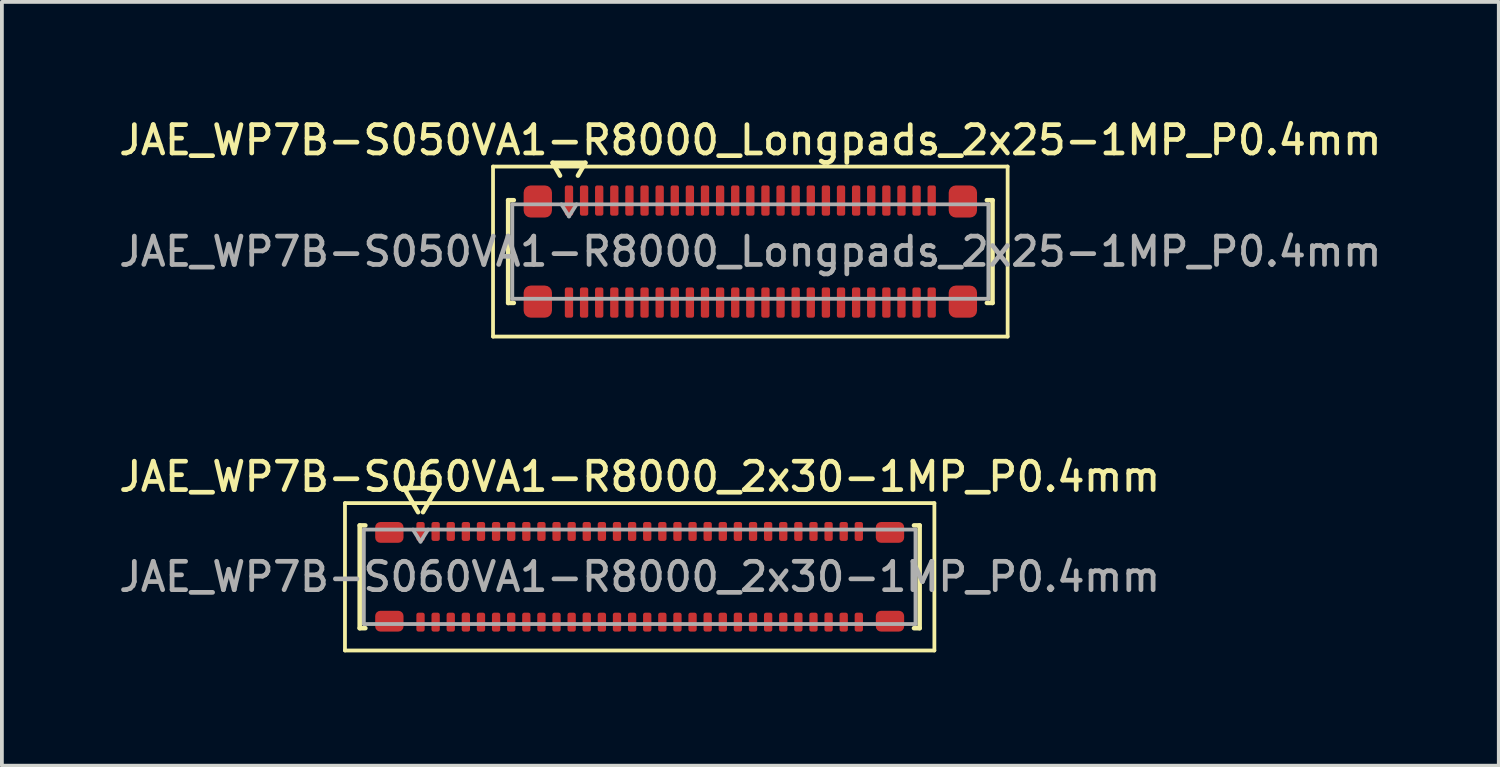
<source format=kicad_pcb>
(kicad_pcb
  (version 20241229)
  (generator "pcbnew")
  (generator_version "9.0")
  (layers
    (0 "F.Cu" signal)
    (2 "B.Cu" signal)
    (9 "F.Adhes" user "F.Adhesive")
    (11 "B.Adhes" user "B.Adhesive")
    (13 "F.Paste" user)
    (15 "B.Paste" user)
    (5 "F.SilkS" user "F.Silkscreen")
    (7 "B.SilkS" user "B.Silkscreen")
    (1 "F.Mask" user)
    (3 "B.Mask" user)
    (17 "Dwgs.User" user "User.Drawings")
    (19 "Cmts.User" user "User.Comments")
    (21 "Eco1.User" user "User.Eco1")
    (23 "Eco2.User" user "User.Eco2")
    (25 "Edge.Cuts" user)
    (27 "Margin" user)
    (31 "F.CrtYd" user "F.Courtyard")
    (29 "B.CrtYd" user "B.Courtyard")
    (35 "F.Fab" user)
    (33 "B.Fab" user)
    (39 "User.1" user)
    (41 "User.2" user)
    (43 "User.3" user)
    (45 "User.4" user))
  (footprint "JAE_WP7B-S060VA1-R8000_2x30-1MP_P0.4mm"
    (layer "F.Cu")
    (at 13.88 12.216)
    (property "Reference" "JAE_WP7B-S060VA1-R8000_2x30-1MP_P0.4mm" (at 0 -2.65 0) (layer "F.SilkS") (effects (font (size 0.75 0.75) (thickness 0.125))))
    (attr smd)
    (fp_line (start -7.8 -1.95) (end -7.8 1.95) (stroke (width 0.1) (type solid)) (layer "F.SilkS"))
    (fp_line (start -7.8 1.95) (end 7.8 1.95) (stroke (width 0.1) (type solid)) (layer "F.SilkS"))
    (fp_line (start -7.41 -1.36) (end -7.26 -1.36) (stroke (width 0.12) (type solid)) (layer "F.SilkS"))
    (fp_line (start -7.41 1.36) (end -7.41 -1.36) (stroke (width 0.12) (type solid)) (layer "F.SilkS"))
    (fp_line (start -7.26 1.36) (end -7.41 1.36) (stroke (width 0.12) (type solid)) (layer "F.SilkS"))
    (fp_line (start -6.233 -2.35) (end -5.864 -1.71) (stroke (width 0.12) (type solid)) (layer "F.SilkS"))
    (fp_line (start -5.736 -1.71) (end -5.367 -2.35) (stroke (width 0.12) (type solid)) (layer "F.SilkS"))
    (fp_line (start -5.367 -2.35) (end -6.233 -2.35) (stroke (width 0.12) (type solid)) (layer "F.SilkS"))
    (fp_line (start 7.26 -1.36) (end 7.41 -1.36) (stroke (width 0.12) (type solid)) (layer "F.SilkS"))
    (fp_line (start 7.41 -1.36) (end 7.41 1.36) (stroke (width 0.12) (type solid)) (layer "F.SilkS"))
    (fp_line (start 7.41 1.36) (end 7.26 1.36) (stroke (width 0.12) (type solid)) (layer "F.SilkS"))
    (fp_line (start 7.8 -1.95) (end -7.8 -1.95) (stroke (width 0.1) (type solid)) (layer "F.SilkS"))
    (fp_line (start 7.8 1.95) (end 7.8 -1.95) (stroke (width 0.1) (type solid)) (layer "F.SilkS"))
    (fp_line (start -7.3 -1.25) (end 7.3 -1.25) (stroke (width 0.1) (type solid)) (layer "F.Fab"))
    (fp_line (start -7.3 1.25) (end -7.3 -1.25) (stroke (width 0.1) (type solid)) (layer "F.Fab"))
    (fp_line (start -6 -1.25) (end -5.8 -0.93) (stroke (width 0.1) (type solid)) (layer "F.Fab"))
    (fp_line (start -5.8 -0.93) (end -5.6 -1.25) (stroke (width 0.1) (type solid)) (layer "F.Fab"))
    (fp_line (start 7.3 -1.25) (end 7.3 1.25) (stroke (width 0.1) (type solid)) (layer "F.Fab"))
    (fp_line (start 7.3 1.25) (end -7.3 1.25) (stroke (width 0.1) (type solid)) (layer "F.Fab"))
    (fp_text user "${REFERENCE}" (at 0 0 0) (layer "F.Fab") (effects (font (size 0.75 0.75) (thickness 0.125))))
    (pad "1" smd roundrect (at -5.8 -1.2) (size 0.22 0.5) (layers "F.Cu" "F.Mask" "F.Paste") (roundrect_rratio 0.25))
    (pad "2" smd roundrect (at -5.8 1.2) (size 0.22 0.5) (layers "F.Cu" "F.Mask" "F.Paste") (roundrect_rratio 0.25))
    (pad "3" smd roundrect (at -5.4 -1.2) (size 0.22 0.5) (layers "F.Cu" "F.Mask" "F.Paste") (roundrect_rratio 0.25))
    (pad "4" smd roundrect (at -5.4 1.2) (size 0.22 0.5) (layers "F.Cu" "F.Mask" "F.Paste") (roundrect_rratio 0.25))
    (pad "5" smd roundrect (at -5 -1.2) (size 0.22 0.5) (layers "F.Cu" "F.Mask" "F.Paste") (roundrect_rratio 0.25))
    (pad "6" smd roundrect (at -5 1.2) (size 0.22 0.5) (layers "F.Cu" "F.Mask" "F.Paste") (roundrect_rratio 0.25))
    (pad "7" smd roundrect (at -4.6 -1.2) (size 0.22 0.5) (layers "F.Cu" "F.Mask" "F.Paste") (roundrect_rratio 0.25))
    (pad "8" smd roundrect (at -4.6 1.2) (size 0.22 0.5) (layers "F.Cu" "F.Mask" "F.Paste") (roundrect_rratio 0.25))
    (pad "9" smd roundrect (at -4.2 -1.2) (size 0.22 0.5) (layers "F.Cu" "F.Mask" "F.Paste") (roundrect_rratio 0.25))
    (pad "10" smd roundrect (at -4.2 1.2) (size 0.22 0.5) (layers "F.Cu" "F.Mask" "F.Paste") (roundrect_rratio 0.25))
    (pad "11" smd roundrect (at -3.8 -1.2) (size 0.22 0.5) (layers "F.Cu" "F.Mask" "F.Paste") (roundrect_rratio 0.25))
    (pad "12" smd roundrect (at -3.8 1.2) (size 0.22 0.5) (layers "F.Cu" "F.Mask" "F.Paste") (roundrect_rratio 0.25))
    (pad "13" smd roundrect (at -3.4 -1.2) (size 0.22 0.5) (layers "F.Cu" "F.Mask" "F.Paste") (roundrect_rratio 0.25))
    (pad "14" smd roundrect (at -3.4 1.2) (size 0.22 0.5) (layers "F.Cu" "F.Mask" "F.Paste") (roundrect_rratio 0.25))
    (pad "15" smd roundrect (at -3 -1.2) (size 0.22 0.5) (layers "F.Cu" "F.Mask" "F.Paste") (roundrect_rratio 0.25))
    (pad "16" smd roundrect (at -3 1.2) (size 0.22 0.5) (layers "F.Cu" "F.Mask" "F.Paste") (roundrect_rratio 0.25))
    (pad "17" smd roundrect (at -2.6 -1.2) (size 0.22 0.5) (layers "F.Cu" "F.Mask" "F.Paste") (roundrect_rratio 0.25))
    (pad "18" smd roundrect (at -2.6 1.2) (size 0.22 0.5) (layers "F.Cu" "F.Mask" "F.Paste") (roundrect_rratio 0.25))
    (pad "19" smd roundrect (at -2.2 -1.2) (size 0.22 0.5) (layers "F.Cu" "F.Mask" "F.Paste") (roundrect_rratio 0.25))
    (pad "20" smd roundrect (at -2.2 1.2) (size 0.22 0.5) (layers "F.Cu" "F.Mask" "F.Paste") (roundrect_rratio 0.25))
    (pad "21" smd roundrect (at -1.8 -1.2) (size 0.22 0.5) (layers "F.Cu" "F.Mask" "F.Paste") (roundrect_rratio 0.25))
    (pad "22" smd roundrect (at -1.8 1.2) (size 0.22 0.5) (layers "F.Cu" "F.Mask" "F.Paste") (roundrect_rratio 0.25))
    (pad "23" smd roundrect (at -1.4 -1.2) (size 0.22 0.5) (layers "F.Cu" "F.Mask" "F.Paste") (roundrect_rratio 0.25))
    (pad "24" smd roundrect (at -1.4 1.2) (size 0.22 0.5) (layers "F.Cu" "F.Mask" "F.Paste") (roundrect_rratio 0.25))
    (pad "25" smd roundrect (at -1 -1.2) (size 0.22 0.5) (layers "F.Cu" "F.Mask" "F.Paste") (roundrect_rratio 0.25))
    (pad "26" smd roundrect (at -1 1.2) (size 0.22 0.5) (layers "F.Cu" "F.Mask" "F.Paste") (roundrect_rratio 0.25))
    (pad "27" smd roundrect (at -0.6 -1.2) (size 0.22 0.5) (layers "F.Cu" "F.Mask" "F.Paste") (roundrect_rratio 0.25))
    (pad "28" smd roundrect (at -0.6 1.2) (size 0.22 0.5) (layers "F.Cu" "F.Mask" "F.Paste") (roundrect_rratio 0.25))
    (pad "29" smd roundrect (at -0.2 -1.2) (size 0.22 0.5) (layers "F.Cu" "F.Mask" "F.Paste") (roundrect_rratio 0.25))
    (pad "30" smd roundrect (at -0.2 1.2) (size 0.22 0.5) (layers "F.Cu" "F.Mask" "F.Paste") (roundrect_rratio 0.25))
    (pad "31" smd roundrect (at 0.2 -1.2) (size 0.22 0.5) (layers "F.Cu" "F.Mask" "F.Paste") (roundrect_rratio 0.25))
    (pad "32" smd roundrect (at 0.2 1.2) (size 0.22 0.5) (layers "F.Cu" "F.Mask" "F.Paste") (roundrect_rratio 0.25))
    (pad "33" smd roundrect (at 0.6 -1.2) (size 0.22 0.5) (layers "F.Cu" "F.Mask" "F.Paste") (roundrect_rratio 0.25))
    (pad "34" smd roundrect (at 0.6 1.2) (size 0.22 0.5) (layers "F.Cu" "F.Mask" "F.Paste") (roundrect_rratio 0.25))
    (pad "35" smd roundrect (at 1 -1.2) (size 0.22 0.5) (layers "F.Cu" "F.Mask" "F.Paste") (roundrect_rratio 0.25))
    (pad "36" smd roundrect (at 1 1.2) (size 0.22 0.5) (layers "F.Cu" "F.Mask" "F.Paste") (roundrect_rratio 0.25))
    (pad "37" smd roundrect (at 1.4 -1.2) (size 0.22 0.5) (layers "F.Cu" "F.Mask" "F.Paste") (roundrect_rratio 0.25))
    (pad "38" smd roundrect (at 1.4 1.2) (size 0.22 0.5) (layers "F.Cu" "F.Mask" "F.Paste") (roundrect_rratio 0.25))
    (pad "39" smd roundrect (at 1.8 -1.2) (size 0.22 0.5) (layers "F.Cu" "F.Mask" "F.Paste") (roundrect_rratio 0.25))
    (pad "40" smd roundrect (at 1.8 1.2) (size 0.22 0.5) (layers "F.Cu" "F.Mask" "F.Paste") (roundrect_rratio 0.25))
    (pad "41" smd roundrect (at 2.2 -1.2) (size 0.22 0.5) (layers "F.Cu" "F.Mask" "F.Paste") (roundrect_rratio 0.25))
    (pad "42" smd roundrect (at 2.2 1.2) (size 0.22 0.5) (layers "F.Cu" "F.Mask" "F.Paste") (roundrect_rratio 0.25))
    (pad "43" smd roundrect (at 2.6 -1.2) (size 0.22 0.5) (layers "F.Cu" "F.Mask" "F.Paste") (roundrect_rratio 0.25))
    (pad "44" smd roundrect (at 2.6 1.2) (size 0.22 0.5) (layers "F.Cu" "F.Mask" "F.Paste") (roundrect_rratio 0.25))
    (pad "45" smd roundrect (at 3 -1.2) (size 0.22 0.5) (layers "F.Cu" "F.Mask" "F.Paste") (roundrect_rratio 0.25))
    (pad "46" smd roundrect (at 3 1.2) (size 0.22 0.5) (layers "F.Cu" "F.Mask" "F.Paste") (roundrect_rratio 0.25))
    (pad "47" smd roundrect (at 3.4 -1.2) (size 0.22 0.5) (layers "F.Cu" "F.Mask" "F.Paste") (roundrect_rratio 0.25))
    (pad "48" smd roundrect (at 3.4 1.2) (size 0.22 0.5) (layers "F.Cu" "F.Mask" "F.Paste") (roundrect_rratio 0.25))
    (pad "49" smd roundrect (at 3.8 -1.2) (size 0.22 0.5) (layers "F.Cu" "F.Mask" "F.Paste") (roundrect_rratio 0.25))
    (pad "50" smd roundrect (at 3.8 1.2) (size 0.22 0.5) (layers "F.Cu" "F.Mask" "F.Paste") (roundrect_rratio 0.25))
    (pad "51" smd roundrect (at 4.2 -1.2) (size 0.22 0.5) (layers "F.Cu" "F.Mask" "F.Paste") (roundrect_rratio 0.25))
    (pad "52" smd roundrect (at 4.2 1.2) (size 0.22 0.5) (layers "F.Cu" "F.Mask" "F.Paste") (roundrect_rratio 0.25))
    (pad "53" smd roundrect (at 4.6 -1.2) (size 0.22 0.5) (layers "F.Cu" "F.Mask" "F.Paste") (roundrect_rratio 0.25))
    (pad "54" smd roundrect (at 4.6 1.2) (size 0.22 0.5) (layers "F.Cu" "F.Mask" "F.Paste") (roundrect_rratio 0.25))
    (pad "55" smd roundrect (at 5 -1.2) (size 0.22 0.5) (layers "F.Cu" "F.Mask" "F.Paste") (roundrect_rratio 0.25))
    (pad "56" smd roundrect (at 5 1.2) (size 0.22 0.5) (layers "F.Cu" "F.Mask" "F.Paste") (roundrect_rratio 0.25))
    (pad "57" smd roundrect (at 5.4 -1.2) (size 0.22 0.5) (layers "F.Cu" "F.Mask" "F.Paste") (roundrect_rratio 0.25))
    (pad "58" smd roundrect (at 5.4 1.2) (size 0.22 0.5) (layers "F.Cu" "F.Mask" "F.Paste") (roundrect_rratio 0.25))
    (pad "59" smd roundrect (at 5.8 -1.2) (size 0.22 0.5) (layers "F.Cu" "F.Mask" "F.Paste") (roundrect_rratio 0.25))
    (pad "60" smd roundrect (at 5.8 1.2) (size 0.22 0.5) (layers "F.Cu" "F.Mask" "F.Paste") (roundrect_rratio 0.25))
    (pad "MP" smd roundrect (at -6.625 -1.175) (size 0.75 0.55) (layers "F.Cu" "F.Mask" "F.Paste") (roundrect_rratio 0.25))
    (pad "MP" smd roundrect (at -6.625 1.175) (size 0.75 0.55) (layers "F.Cu" "F.Mask" "F.Paste") (roundrect_rratio 0.25))
    (pad "MP" smd roundrect (at 6.625 -1.175) (size 0.75 0.55) (layers "F.Cu" "F.Mask" "F.Paste") (roundrect_rratio 0.25))
    (pad "MP" smd roundrect (at 6.625 1.175) (size 0.75 0.55) (layers "F.Cu" "F.Mask" "F.Paste") (roundrect_rratio 0.25)))
  (footprint "JAE_WP7B-S050VA1-R8000_Longpads_2x25-1MP_P0.4mm"
    (layer "F.Cu")
    (at 16.809 3.608)
    (property "Reference" "JAE_WP7B-S050VA1-R8000_Longpads_2x25-1MP_P0.4mm" (at 0 -2.95 0) (layer "F.SilkS") (effects (font (size 0.75 0.75) (thickness 0.125))))
    (attr smd)
    (fp_line (start -6.81 -2.25) (end -6.81 2.25) (stroke (width 0.1) (type solid)) (layer "F.SilkS"))
    (fp_line (start -6.81 2.25) (end 6.81 2.25) (stroke (width 0.1) (type solid)) (layer "F.SilkS"))
    (fp_line (start -6.41 -1.36) (end -6.26 -1.36) (stroke (width 0.12) (type solid)) (layer "F.SilkS"))
    (fp_line (start -6.41 1.36) (end -6.41 -1.36) (stroke (width 0.12) (type solid)) (layer "F.SilkS"))
    (fp_line (start -6.26 1.36) (end -6.41 1.36) (stroke (width 0.12) (type solid)) (layer "F.SilkS"))
    (fp_line (start -5.233 -2.35) (end -5.037 -2.01) (stroke (width 0.12) (type solid)) (layer "F.SilkS"))
    (fp_line (start -4.563 -2.01) (end -4.367 -2.35) (stroke (width 0.12) (type solid)) (layer "F.SilkS"))
    (fp_line (start -4.367 -2.35) (end -5.233 -2.35) (stroke (width 0.12) (type solid)) (layer "F.SilkS"))
    (fp_line (start 6.26 -1.36) (end 6.41 -1.36) (stroke (width 0.12) (type solid)) (layer "F.SilkS"))
    (fp_line (start 6.41 -1.36) (end 6.41 1.36) (stroke (width 0.12) (type solid)) (layer "F.SilkS"))
    (fp_line (start 6.41 1.36) (end 6.26 1.36) (stroke (width 0.12) (type solid)) (layer "F.SilkS"))
    (fp_line (start 6.81 -2.25) (end -6.81 -2.25) (stroke (width 0.1) (type solid)) (layer "F.SilkS"))
    (fp_line (start 6.81 2.25) (end 6.81 -2.25) (stroke (width 0.1) (type solid)) (layer "F.SilkS"))
    (fp_line (start -6.3 -1.25) (end 6.3 -1.25) (stroke (width 0.1) (type solid)) (layer "F.Fab"))
    (fp_line (start -6.3 1.25) (end -6.3 -1.25) (stroke (width 0.1) (type solid)) (layer "F.Fab"))
    (fp_line (start -5 -1.25) (end -4.8 -0.93) (stroke (width 0.1) (type solid)) (layer "F.Fab"))
    (fp_line (start -4.8 -0.93) (end -4.6 -1.25) (stroke (width 0.1) (type solid)) (layer "F.Fab"))
    (fp_line (start 6.3 -1.25) (end 6.3 1.25) (stroke (width 0.1) (type solid)) (layer "F.Fab"))
    (fp_line (start 6.3 1.25) (end -6.3 1.25) (stroke (width 0.1) (type solid)) (layer "F.Fab"))
    (fp_text user "${REFERENCE}" (at 0 0 0) (layer "F.Fab") (effects (font (size 0.75 0.75) (thickness 0.125))))
    (pad "1" smd roundrect (at -4.8 -1.35) (size 0.22 0.8) (layers "F.Cu" "F.Mask" "F.Paste") (roundrect_rratio 0.25))
    (pad "2" smd roundrect (at -4.8 1.35) (size 0.22 0.8) (layers "F.Cu" "F.Mask" "F.Paste") (roundrect_rratio 0.25))
    (pad "3" smd roundrect (at -4.4 -1.35) (size 0.22 0.8) (layers "F.Cu" "F.Mask" "F.Paste") (roundrect_rratio 0.25))
    (pad "4" smd roundrect (at -4.4 1.35) (size 0.22 0.8) (layers "F.Cu" "F.Mask" "F.Paste") (roundrect_rratio 0.25))
    (pad "5" smd roundrect (at -4 -1.35) (size 0.22 0.8) (layers "F.Cu" "F.Mask" "F.Paste") (roundrect_rratio 0.25))
    (pad "6" smd roundrect (at -4 1.35) (size 0.22 0.8) (layers "F.Cu" "F.Mask" "F.Paste") (roundrect_rratio 0.25))
    (pad "7" smd roundrect (at -3.6 -1.35) (size 0.22 0.8) (layers "F.Cu" "F.Mask" "F.Paste") (roundrect_rratio 0.25))
    (pad "8" smd roundrect (at -3.6 1.35) (size 0.22 0.8) (layers "F.Cu" "F.Mask" "F.Paste") (roundrect_rratio 0.25))
    (pad "9" smd roundrect (at -3.2 -1.35) (size 0.22 0.8) (layers "F.Cu" "F.Mask" "F.Paste") (roundrect_rratio 0.25))
    (pad "10" smd roundrect (at -3.2 1.35) (size 0.22 0.8) (layers "F.Cu" "F.Mask" "F.Paste") (roundrect_rratio 0.25))
    (pad "11" smd roundrect (at -2.8 -1.35) (size 0.22 0.8) (layers "F.Cu" "F.Mask" "F.Paste") (roundrect_rratio 0.25))
    (pad "12" smd roundrect (at -2.8 1.35) (size 0.22 0.8) (layers "F.Cu" "F.Mask" "F.Paste") (roundrect_rratio 0.25))
    (pad "13" smd roundrect (at -2.4 -1.35) (size 0.22 0.8) (layers "F.Cu" "F.Mask" "F.Paste") (roundrect_rratio 0.25))
    (pad "14" smd roundrect (at -2.4 1.35) (size 0.22 0.8) (layers "F.Cu" "F.Mask" "F.Paste") (roundrect_rratio 0.25))
    (pad "15" smd roundrect (at -2 -1.35) (size 0.22 0.8) (layers "F.Cu" "F.Mask" "F.Paste") (roundrect_rratio 0.25))
    (pad "16" smd roundrect (at -2 1.35) (size 0.22 0.8) (layers "F.Cu" "F.Mask" "F.Paste") (roundrect_rratio 0.25))
    (pad "17" smd roundrect (at -1.6 -1.35) (size 0.22 0.8) (layers "F.Cu" "F.Mask" "F.Paste") (roundrect_rratio 0.25))
    (pad "18" smd roundrect (at -1.6 1.35) (size 0.22 0.8) (layers "F.Cu" "F.Mask" "F.Paste") (roundrect_rratio 0.25))
    (pad "19" smd roundrect (at -1.2 -1.35) (size 0.22 0.8) (layers "F.Cu" "F.Mask" "F.Paste") (roundrect_rratio 0.25))
    (pad "20" smd roundrect (at -1.2 1.35) (size 0.22 0.8) (layers "F.Cu" "F.Mask" "F.Paste") (roundrect_rratio 0.25))
    (pad "21" smd roundrect (at -0.8 -1.35) (size 0.22 0.8) (layers "F.Cu" "F.Mask" "F.Paste") (roundrect_rratio 0.25))
    (pad "22" smd roundrect (at -0.8 1.35) (size 0.22 0.8) (layers "F.Cu" "F.Mask" "F.Paste") (roundrect_rratio 0.25))
    (pad "23" smd roundrect (at -0.4 -1.35) (size 0.22 0.8) (layers "F.Cu" "F.Mask" "F.Paste") (roundrect_rratio 0.25))
    (pad "24" smd roundrect (at -0.4 1.35) (size 0.22 0.8) (layers "F.Cu" "F.Mask" "F.Paste") (roundrect_rratio 0.25))
    (pad "25" smd roundrect (at 0 -1.35) (size 0.22 0.8) (layers "F.Cu" "F.Mask" "F.Paste") (roundrect_rratio 0.25))
    (pad "26" smd roundrect (at 0 1.35) (size 0.22 0.8) (layers "F.Cu" "F.Mask" "F.Paste") (roundrect_rratio 0.25))
    (pad "27" smd roundrect (at 0.4 -1.35) (size 0.22 0.8) (layers "F.Cu" "F.Mask" "F.Paste") (roundrect_rratio 0.25))
    (pad "28" smd roundrect (at 0.4 1.35) (size 0.22 0.8) (layers "F.Cu" "F.Mask" "F.Paste") (roundrect_rratio 0.25))
    (pad "29" smd roundrect (at 0.8 -1.35) (size 0.22 0.8) (layers "F.Cu" "F.Mask" "F.Paste") (roundrect_rratio 0.25))
    (pad "30" smd roundrect (at 0.8 1.35) (size 0.22 0.8) (layers "F.Cu" "F.Mask" "F.Paste") (roundrect_rratio 0.25))
    (pad "31" smd roundrect (at 1.2 -1.35) (size 0.22 0.8) (layers "F.Cu" "F.Mask" "F.Paste") (roundrect_rratio 0.25))
    (pad "32" smd roundrect (at 1.2 1.35) (size 0.22 0.8) (layers "F.Cu" "F.Mask" "F.Paste") (roundrect_rratio 0.25))
    (pad "33" smd roundrect (at 1.6 -1.35) (size 0.22 0.8) (layers "F.Cu" "F.Mask" "F.Paste") (roundrect_rratio 0.25))
    (pad "34" smd roundrect (at 1.6 1.35) (size 0.22 0.8) (layers "F.Cu" "F.Mask" "F.Paste") (roundrect_rratio 0.25))
    (pad "35" smd roundrect (at 2 -1.35) (size 0.22 0.8) (layers "F.Cu" "F.Mask" "F.Paste") (roundrect_rratio 0.25))
    (pad "36" smd roundrect (at 2 1.35) (size 0.22 0.8) (layers "F.Cu" "F.Mask" "F.Paste") (roundrect_rratio 0.25))
    (pad "37" smd roundrect (at 2.4 -1.35) (size 0.22 0.8) (layers "F.Cu" "F.Mask" "F.Paste") (roundrect_rratio 0.25))
    (pad "38" smd roundrect (at 2.4 1.35) (size 0.22 0.8) (layers "F.Cu" "F.Mask" "F.Paste") (roundrect_rratio 0.25))
    (pad "39" smd roundrect (at 2.8 -1.35) (size 0.22 0.8) (layers "F.Cu" "F.Mask" "F.Paste") (roundrect_rratio 0.25))
    (pad "40" smd roundrect (at 2.8 1.35) (size 0.22 0.8) (layers "F.Cu" "F.Mask" "F.Paste") (roundrect_rratio 0.25))
    (pad "41" smd roundrect (at 3.2 -1.35) (size 0.22 0.8) (layers "F.Cu" "F.Mask" "F.Paste") (roundrect_rratio 0.25))
    (pad "42" smd roundrect (at 3.2 1.35) (size 0.22 0.8) (layers "F.Cu" "F.Mask" "F.Paste") (roundrect_rratio 0.25))
    (pad "43" smd roundrect (at 3.6 -1.35) (size 0.22 0.8) (layers "F.Cu" "F.Mask" "F.Paste") (roundrect_rratio 0.25))
    (pad "44" smd roundrect (at 3.6 1.35) (size 0.22 0.8) (layers "F.Cu" "F.Mask" "F.Paste") (roundrect_rratio 0.25))
    (pad "45" smd roundrect (at 4 -1.35) (size 0.22 0.8) (layers "F.Cu" "F.Mask" "F.Paste") (roundrect_rratio 0.25))
    (pad "46" smd roundrect (at 4 1.35) (size 0.22 0.8) (layers "F.Cu" "F.Mask" "F.Paste") (roundrect_rratio 0.25))
    (pad "47" smd roundrect (at 4.4 -1.35) (size 0.22 0.8) (layers "F.Cu" "F.Mask" "F.Paste") (roundrect_rratio 0.25))
    (pad "48" smd roundrect (at 4.4 1.35) (size 0.22 0.8) (layers "F.Cu" "F.Mask" "F.Paste") (roundrect_rratio 0.25))
    (pad "49" smd roundrect (at 4.8 -1.35) (size 0.22 0.8) (layers "F.Cu" "F.Mask" "F.Paste") (roundrect_rratio 0.25))
    (pad "50" smd roundrect (at 4.8 1.35) (size 0.22 0.8) (layers "F.Cu" "F.Mask" "F.Paste") (roundrect_rratio 0.25))
    (pad "MP" smd roundrect (at -5.625 -1.325) (size 0.75 0.85) (layers "F.Cu" "F.Mask" "F.Paste") (roundrect_rratio 0.25))
    (pad "MP" smd roundrect (at -5.625 1.325) (size 0.75 0.85) (layers "F.Cu" "F.Mask" "F.Paste") (roundrect_rratio 0.25))
    (pad "MP" smd roundrect (at 5.625 -1.325) (size 0.75 0.85) (layers "F.Cu" "F.Mask" "F.Paste") (roundrect_rratio 0.25))
    (pad "MP" smd roundrect (at 5.625 1.325) (size 0.75 0.85) (layers "F.Cu" "F.Mask" "F.Paste") (roundrect_rratio 0.25)))
  (gr_rect
    (start -3 -3)
    (end 36.618 17.216)
    (stroke (width 0.1) (type default))
    (fill no)
    (layer "Edge.Cuts")))
</source>
